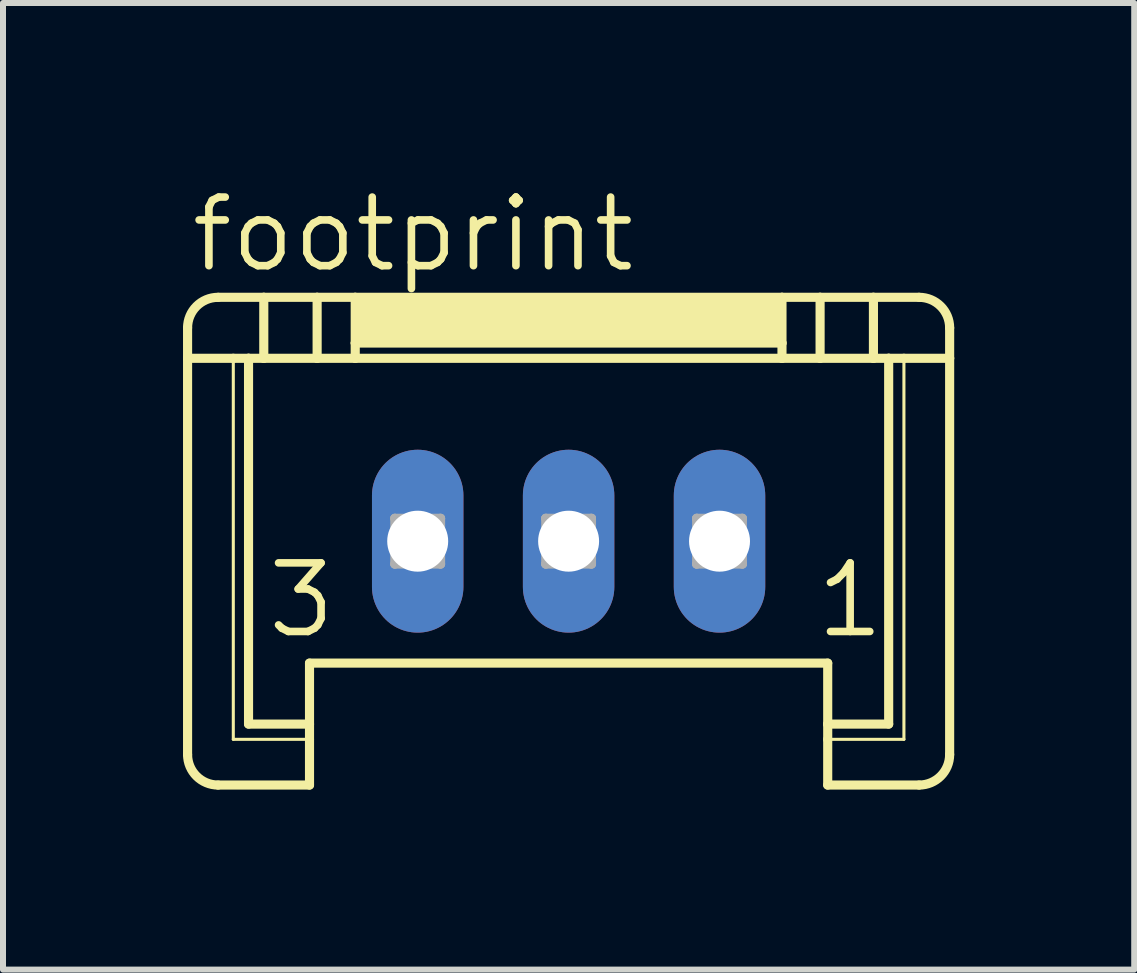
<source format=kicad_pcb>
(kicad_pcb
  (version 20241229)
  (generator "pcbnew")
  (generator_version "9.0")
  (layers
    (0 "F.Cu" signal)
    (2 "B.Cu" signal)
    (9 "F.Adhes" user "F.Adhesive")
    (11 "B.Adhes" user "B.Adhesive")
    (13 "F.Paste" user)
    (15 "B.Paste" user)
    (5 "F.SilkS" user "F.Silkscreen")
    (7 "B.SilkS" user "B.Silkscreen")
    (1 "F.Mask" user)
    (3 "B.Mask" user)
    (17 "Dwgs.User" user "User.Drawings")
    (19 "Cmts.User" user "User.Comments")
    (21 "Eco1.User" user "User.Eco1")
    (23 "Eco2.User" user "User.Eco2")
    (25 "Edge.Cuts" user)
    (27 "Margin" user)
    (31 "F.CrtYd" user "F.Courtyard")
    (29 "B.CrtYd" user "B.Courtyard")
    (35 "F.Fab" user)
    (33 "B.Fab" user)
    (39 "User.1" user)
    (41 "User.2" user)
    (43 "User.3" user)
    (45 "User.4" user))
  (footprint "footprint"
    (layer "F.Cu")
    (at 6.426 3.429)
    (property "Reference" "footprint" (at -6.35 -1.905 0) (layer "F.SilkS") (effects (font (size 1.143 1.143) (thickness 0.127)) (justify left bottom)))
    (fp_line (start -6.35 -0.508) (end -6.35 -1.016) (stroke (width 0.152) (type solid)) (layer "F.SilkS"))
    (fp_line (start -6.35 6.096) (end -6.35 -0.508) (stroke (width 0.152) (type solid)) (layer "F.SilkS"))
    (fp_line (start -5.842 -1.524) (end -5.08 -1.524) (stroke (width 0.152) (type solid)) (layer "F.SilkS"))
    (fp_line (start -5.588 -0.508) (end -6.35 -0.508) (stroke (width 0.152) (type solid)) (layer "F.SilkS"))
    (fp_line (start -5.588 5.842) (end -5.588 -0.508) (stroke (width 0.051) (type solid)) (layer "F.SilkS"))
    (fp_line (start -5.334 -0.508) (end -5.588 -0.508) (stroke (width 0.152) (type solid)) (layer "F.SilkS"))
    (fp_line (start -5.334 -0.508) (end -5.08 -0.508) (stroke (width 0.152) (type solid)) (layer "F.SilkS"))
    (fp_line (start -5.334 5.588) (end -5.334 -0.508) (stroke (width 0.152) (type solid)) (layer "F.SilkS"))
    (fp_line (start -5.08 -1.524) (end -5.08 -0.508) (stroke (width 0.152) (type solid)) (layer "F.SilkS"))
    (fp_line (start -5.08 -1.524) (end -4.191 -1.524) (stroke (width 0.152) (type solid)) (layer "F.SilkS"))
    (fp_line (start -5.08 -0.508) (end -4.191 -0.508) (stroke (width 0.152) (type solid)) (layer "F.SilkS"))
    (fp_line (start -4.318 5.588) (end -5.334 5.588) (stroke (width 0.152) (type solid)) (layer "F.SilkS"))
    (fp_line (start -4.318 5.588) (end -4.318 4.572) (stroke (width 0.152) (type solid)) (layer "F.SilkS"))
    (fp_line (start -4.318 5.588) (end -4.318 5.842) (stroke (width 0.152) (type solid)) (layer "F.SilkS"))
    (fp_line (start -4.318 5.842) (end -5.588 5.842) (stroke (width 0.051) (type solid)) (layer "F.SilkS"))
    (fp_line (start -4.318 5.842) (end -4.318 6.604) (stroke (width 0.152) (type solid)) (layer "F.SilkS"))
    (fp_line (start -4.318 6.604) (end -5.842 6.604) (stroke (width 0.152) (type solid)) (layer "F.SilkS"))
    (fp_line (start -4.191 -1.524) (end -4.191 -0.508) (stroke (width 0.152) (type solid)) (layer "F.SilkS"))
    (fp_line (start -4.191 -1.524) (end -3.556 -1.524) (stroke (width 0.152) (type solid)) (layer "F.SilkS"))
    (fp_line (start -4.191 -0.508) (end -3.556 -0.508) (stroke (width 0.152) (type solid)) (layer "F.SilkS"))
    (fp_line (start -3.556 -1.524) (end -3.556 -0.762) (stroke (width 0.152) (type solid)) (layer "F.SilkS"))
    (fp_line (start -3.556 -1.524) (end 3.556 -1.524) (stroke (width 0.152) (type solid)) (layer "F.SilkS"))
    (fp_line (start -3.556 -0.762) (end -3.556 -0.508) (stroke (width 0.152) (type solid)) (layer "F.SilkS"))
    (fp_line (start -3.556 -0.762) (end 3.556 -0.762) (stroke (width 0.152) (type solid)) (layer "F.SilkS"))
    (fp_line (start -3.556 -0.508) (end 3.556 -0.508) (stroke (width 0.152) (type solid)) (layer "F.SilkS"))
    (fp_line (start 3.556 -1.524) (end 3.556 -0.762) (stroke (width 0.152) (type solid)) (layer "F.SilkS"))
    (fp_line (start 3.556 -1.524) (end 4.191 -1.524) (stroke (width 0.152) (type solid)) (layer "F.SilkS"))
    (fp_line (start 3.556 -0.762) (end 3.556 -0.508) (stroke (width 0.152) (type solid)) (layer "F.SilkS"))
    (fp_line (start 3.556 -0.508) (end 4.191 -0.508) (stroke (width 0.152) (type solid)) (layer "F.SilkS"))
    (fp_line (start 4.191 -1.524) (end 4.191 -0.508) (stroke (width 0.152) (type solid)) (layer "F.SilkS"))
    (fp_line (start 4.191 -1.524) (end 5.08 -1.524) (stroke (width 0.152) (type solid)) (layer "F.SilkS"))
    (fp_line (start 4.191 -0.508) (end 5.08 -0.508) (stroke (width 0.152) (type solid)) (layer "F.SilkS"))
    (fp_line (start 4.318 4.572) (end -4.318 4.572) (stroke (width 0.152) (type solid)) (layer "F.SilkS"))
    (fp_line (start 4.318 5.588) (end 4.318 4.572) (stroke (width 0.152) (type solid)) (layer "F.SilkS"))
    (fp_line (start 4.318 5.842) (end 4.318 5.588) (stroke (width 0.152) (type solid)) (layer "F.SilkS"))
    (fp_line (start 4.318 6.604) (end 4.318 5.842) (stroke (width 0.152) (type solid)) (layer "F.SilkS"))
    (fp_line (start 5.08 -1.524) (end 5.08 -0.508) (stroke (width 0.152) (type solid)) (layer "F.SilkS"))
    (fp_line (start 5.08 -1.524) (end 5.842 -1.524) (stroke (width 0.152) (type solid)) (layer "F.SilkS"))
    (fp_line (start 5.08 -0.508) (end 5.334 -0.508) (stroke (width 0.152) (type solid)) (layer "F.SilkS"))
    (fp_line (start 5.334 -0.508) (end 5.334 5.588) (stroke (width 0.152) (type solid)) (layer "F.SilkS"))
    (fp_line (start 5.334 5.588) (end 4.318 5.588) (stroke (width 0.152) (type solid)) (layer "F.SilkS"))
    (fp_line (start 5.588 -0.508) (end 5.334 -0.508) (stroke (width 0.152) (type solid)) (layer "F.SilkS"))
    (fp_line (start 5.588 -0.508) (end 5.588 5.842) (stroke (width 0.051) (type solid)) (layer "F.SilkS"))
    (fp_line (start 5.588 5.842) (end 4.318 5.842) (stroke (width 0.051) (type solid)) (layer "F.SilkS"))
    (fp_line (start 5.842 6.604) (end 4.318 6.604) (stroke (width 0.152) (type solid)) (layer "F.SilkS"))
    (fp_line (start 6.35 -1.016) (end 6.35 -0.508) (stroke (width 0.152) (type solid)) (layer "F.SilkS"))
    (fp_line (start 6.35 -0.508) (end 5.588 -0.508) (stroke (width 0.152) (type solid)) (layer "F.SilkS"))
    (fp_line (start 6.35 6.096) (end 6.35 -0.508) (stroke (width 0.152) (type solid)) (layer "F.SilkS"))
    (fp_arc (start -6.35 -1.016) (mid -6.20121 -1.37521) (end -5.842 -1.524) (stroke (width 0.1524) (type solid)) (layer "F.SilkS"))
    (fp_arc (start -5.842 6.604) (mid -6.20121 6.45521) (end -6.35 6.096) (stroke (width 0.1524) (type solid)) (layer "F.SilkS"))
    (fp_arc (start 5.842 -1.524) (mid 6.20121 -1.37521) (end 6.35 -1.016) (stroke (width 0.1524) (type solid)) (layer "F.SilkS"))
    (fp_arc (start 6.35 6.096) (mid 6.20121 6.45521) (end 5.842 6.604) (stroke (width 0.1524) (type solid)) (layer "F.SilkS"))
    (fp_poly (pts (xy -3.556 -0.762) (xy 3.556 -0.762) (xy 3.556 -1.524) (xy -3.556 -1.524)) (stroke (width 0) (type solid)) (fill yes) (layer "F.SilkS"))
    (fp_line (start -2.896 2.159) (end -2.896 2.921) (stroke (width 0.152) (type solid)) (layer "F.Fab"))
    (fp_line (start -2.896 2.159) (end -2.134 2.921) (stroke (width 0.152) (type solid)) (layer "F.Fab"))
    (fp_line (start -2.896 2.921) (end -2.134 2.921) (stroke (width 0.152) (type solid)) (layer "F.Fab"))
    (fp_line (start -2.134 2.159) (end -2.896 2.159) (stroke (width 0.152) (type solid)) (layer "F.Fab"))
    (fp_line (start -2.134 2.159) (end -2.896 2.921) (stroke (width 0.152) (type solid)) (layer "F.Fab"))
    (fp_line (start -2.134 2.921) (end -2.134 2.159) (stroke (width 0.152) (type solid)) (layer "F.Fab"))
    (fp_line (start -0.381 2.159) (end -0.381 2.921) (stroke (width 0.152) (type solid)) (layer "F.Fab"))
    (fp_line (start -0.381 2.159) (end 0.381 2.921) (stroke (width 0.152) (type solid)) (layer "F.Fab"))
    (fp_line (start -0.381 2.921) (end 0.381 2.921) (stroke (width 0.152) (type solid)) (layer "F.Fab"))
    (fp_line (start 0.381 2.159) (end -0.381 2.159) (stroke (width 0.152) (type solid)) (layer "F.Fab"))
    (fp_line (start 0.381 2.159) (end -0.381 2.921) (stroke (width 0.152) (type solid)) (layer "F.Fab"))
    (fp_line (start 0.381 2.921) (end 0.381 2.159) (stroke (width 0.152) (type solid)) (layer "F.Fab"))
    (fp_line (start 2.134 2.159) (end 2.134 2.921) (stroke (width 0.152) (type solid)) (layer "F.Fab"))
    (fp_line (start 2.134 2.159) (end 2.896 2.921) (stroke (width 0.152) (type solid)) (layer "F.Fab"))
    (fp_line (start 2.134 2.921) (end 2.896 2.921) (stroke (width 0.152) (type solid)) (layer "F.Fab"))
    (fp_line (start 2.896 2.159) (end 2.134 2.159) (stroke (width 0.152) (type solid)) (layer "F.Fab"))
    (fp_line (start 2.896 2.159) (end 2.134 2.921) (stroke (width 0.152) (type solid)) (layer "F.Fab"))
    (fp_line (start 2.896 2.921) (end 2.896 2.159) (stroke (width 0.152) (type solid)) (layer "F.Fab"))
    (fp_text user "1" (at 4.064 4.191 0) (layer "F.SilkS") (effects (font (size 1.143 1.143) (thickness 0.127)) (justify left bottom)))
    (fp_text user "3" (at -5.08 4.191 0) (layer "F.SilkS") (effects (font (size 1.143 1.143) (thickness 0.127)) (justify left bottom)))
    (pad "1" thru_hole oval (at 2.515 2.54 90) (size 3.048 1.524) (drill 1.016) (layers "*.Cu" "*.Mask"))
    (pad "2" thru_hole oval (at 0 2.54 90) (size 3.048 1.524) (drill 1.016) (layers "*.Cu" "*.Mask"))
    (pad "3" thru_hole oval (at -2.515 2.54 90) (size 3.048 1.524) (drill 1.016) (layers "*.Cu" "*.Mask")))
  (gr_rect
    (start -3 -3)
    (end 15.852 13.109)
    (stroke (width 0.1) (type default))
    (fill no)
    (layer "Edge.Cuts")))
</source>
